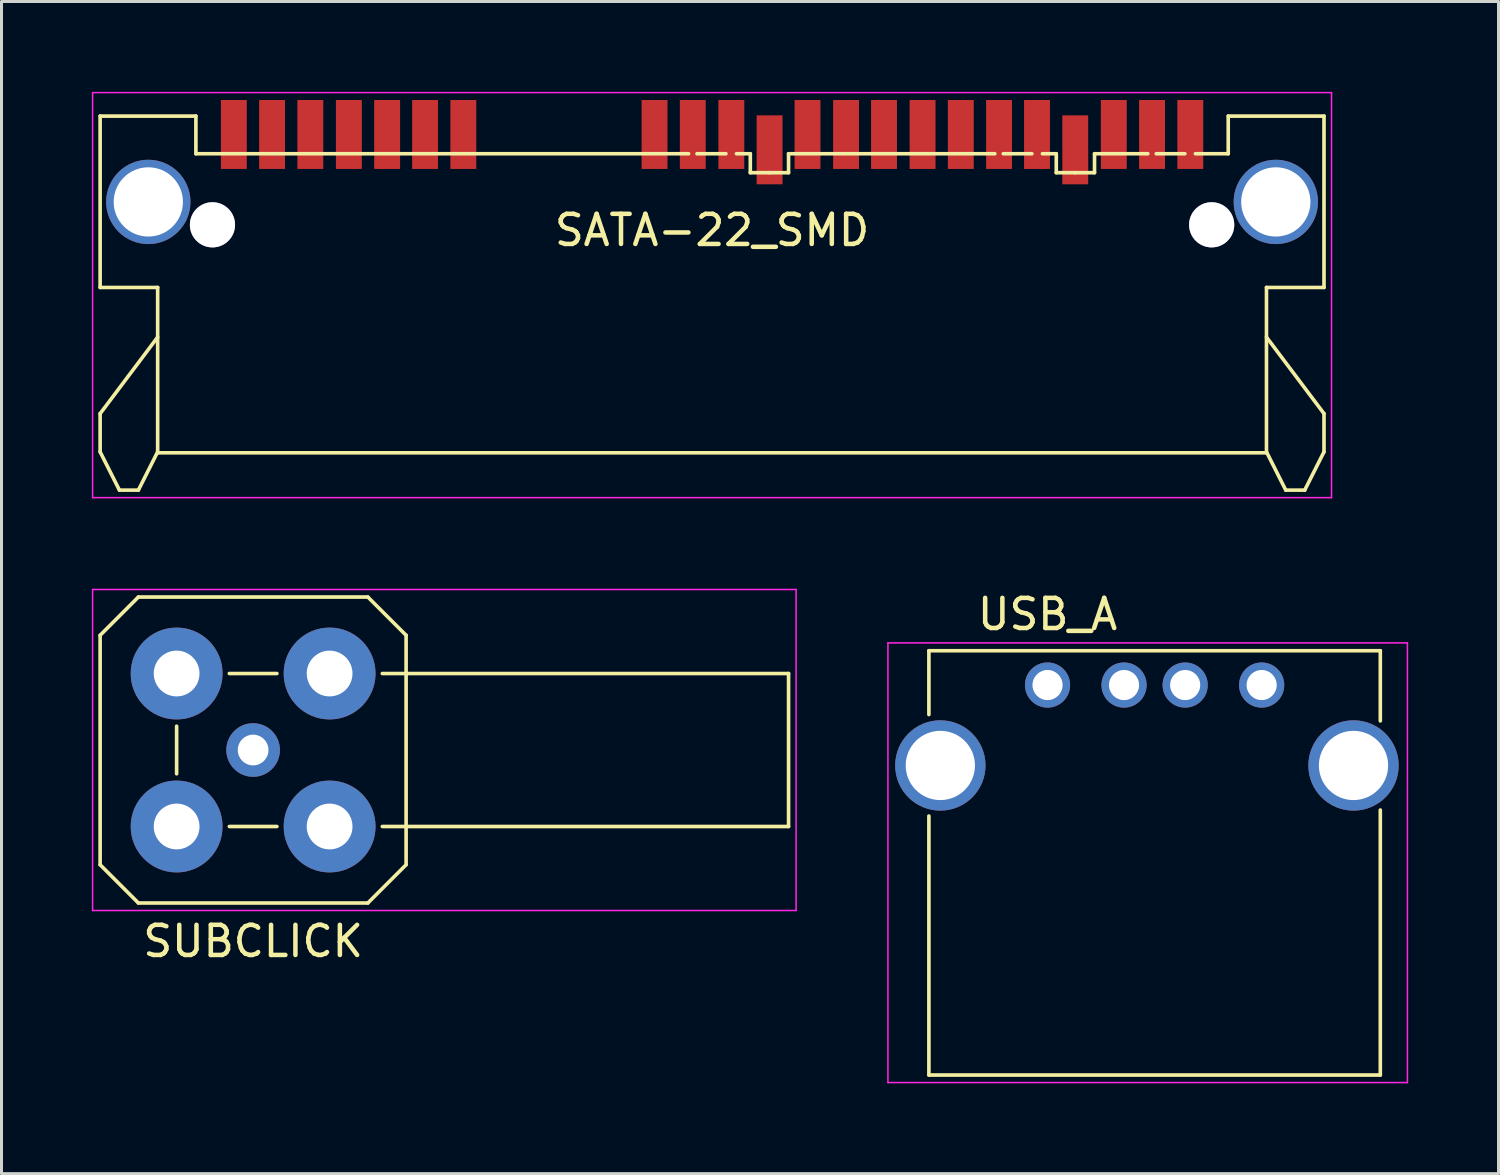
<source format=kicad_pcb>
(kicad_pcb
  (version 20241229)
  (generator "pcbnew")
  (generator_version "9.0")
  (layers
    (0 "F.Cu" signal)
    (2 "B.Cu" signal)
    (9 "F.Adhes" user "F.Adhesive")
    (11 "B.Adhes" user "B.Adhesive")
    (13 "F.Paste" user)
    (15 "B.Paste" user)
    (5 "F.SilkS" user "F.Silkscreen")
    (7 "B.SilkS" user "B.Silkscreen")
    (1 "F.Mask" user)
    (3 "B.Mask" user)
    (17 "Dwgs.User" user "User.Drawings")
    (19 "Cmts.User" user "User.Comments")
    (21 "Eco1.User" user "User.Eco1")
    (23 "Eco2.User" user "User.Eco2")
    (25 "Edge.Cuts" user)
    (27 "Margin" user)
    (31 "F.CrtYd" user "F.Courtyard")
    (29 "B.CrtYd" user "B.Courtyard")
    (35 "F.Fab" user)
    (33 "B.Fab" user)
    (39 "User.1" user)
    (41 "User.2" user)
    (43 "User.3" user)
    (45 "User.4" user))
  (footprint "USB_A"
    (layer "F.Cu")
    (at 31.735 19.698)
    (property "Reference" "USB_A" (at 0 -2.35 0) (layer "F.SilkS") (effects (font (size 1 1) (thickness 0.15))))
    (attr through_hole)
    (fp_line (start -3.94 -1.14) (end -3.94 0.98) (stroke (width 0.12) (type solid)) (layer "F.SilkS"))
    (fp_line (start -3.94 4.35) (end -3.94 12.95) (stroke (width 0.12) (type solid)) (layer "F.SilkS"))
    (fp_line (start 11.05 -1.14) (end -3.94 -1.14) (stroke (width 0.12) (type solid)) (layer "F.SilkS"))
    (fp_line (start 11.05 -1.14) (end 11.05 1.19) (stroke (width 0.12) (type solid)) (layer "F.SilkS"))
    (fp_line (start 11.05 4.15) (end 11.05 12.95) (stroke (width 0.12) (type solid)) (layer "F.SilkS"))
    (fp_line (start 11.05 12.95) (end -3.94 12.95) (stroke (width 0.12) (type solid)) (layer "F.SilkS"))
    (fp_line (start -5.3 -1.4) (end 11.95 -1.4) (stroke (width 0.05) (type solid)) (layer "F.CrtYd"))
    (fp_line (start -5.3 13.2) (end -5.3 -1.4) (stroke (width 0.05) (type solid)) (layer "F.CrtYd"))
    (fp_line (start -5.3 13.2) (end 11.95 13.2) (stroke (width 0.05) (type solid)) (layer "F.CrtYd"))
    (fp_line (start 11.95 -1.4) (end 11.95 13.2) (stroke (width 0.05) (type solid)) (layer "F.CrtYd"))
    (pad "1" thru_hole circle (at 0 0 270) (size 1.5 1.5) (drill 1) (layers "*.Cu" "*.Mask"))
    (pad "2" thru_hole circle (at 2.54 0 270) (size 1.5 1.5) (drill 1) (layers "*.Cu" "*.Mask"))
    (pad "3" thru_hole circle (at 4.57 0 270) (size 1.5 1.5) (drill 1) (layers "*.Cu" "*.Mask"))
    (pad "4" thru_hole circle (at 7.11 0 270) (size 1.5 1.5) (drill 1) (layers "*.Cu" "*.Mask"))
    (pad "5" thru_hole circle (at -3.56 2.67 270) (size 3 3) (drill 2.3) (layers "*.Cu" "*.Mask"))
    (pad "5" thru_hole circle (at 10.16 2.67 270) (size 3 3) (drill 2.3) (layers "*.Cu" "*.Mask")))
  (footprint "SUBCLICK"
    (layer "F.Cu")
    (at 5.355 21.855)
    (property "Reference" "SUBCLICK" (at 0 6.35 0) (layer "F.SilkS") (effects (font (size 1 1) (thickness 0.15))))
    (attr through_hole)
    (fp_line (start -5.08 -3.81) (end -3.81 -5.08) (stroke (width 0.12) (type solid)) (layer "F.SilkS"))
    (fp_line (start -5.08 3.81) (end -5.08 -3.81) (stroke (width 0.12) (type solid)) (layer "F.SilkS"))
    (fp_line (start -3.81 -5.08) (end 3.81 -5.08) (stroke (width 0.12) (type solid)) (layer "F.SilkS"))
    (fp_line (start -3.81 5.08) (end -5.08 3.81) (stroke (width 0.12) (type solid)) (layer "F.SilkS"))
    (fp_line (start -2.54 -0.79) (end -2.54 0.79) (stroke (width 0.12) (type solid)) (layer "F.SilkS"))
    (fp_line (start -0.79 -2.54) (end 0.79 -2.54) (stroke (width 0.12) (type solid)) (layer "F.SilkS"))
    (fp_line (start 0.79 2.54) (end -0.79 2.54) (stroke (width 0.12) (type solid)) (layer "F.SilkS"))
    (fp_line (start 3.81 -5.08) (end 5.08 -3.81) (stroke (width 0.12) (type solid)) (layer "F.SilkS"))
    (fp_line (start 3.81 5.08) (end -3.81 5.08) (stroke (width 0.12) (type solid)) (layer "F.SilkS"))
    (fp_line (start 4.29 -2.54) (end 17.78 -2.54) (stroke (width 0.12) (type solid)) (layer "F.SilkS"))
    (fp_line (start 5.08 -3.81) (end 5.08 3.81) (stroke (width 0.12) (type solid)) (layer "F.SilkS"))
    (fp_line (start 5.08 3.81) (end 3.81 5.08) (stroke (width 0.12) (type solid)) (layer "F.SilkS"))
    (fp_line (start 17.78 -2.54) (end 17.78 2.54) (stroke (width 0.12) (type solid)) (layer "F.SilkS"))
    (fp_line (start 17.78 2.54) (end 4.29 2.54) (stroke (width 0.12) (type solid)) (layer "F.SilkS"))
    (fp_line (start -5.33 -5.33) (end -5.33 5.33) (stroke (width 0.05) (type solid)) (layer "F.CrtYd"))
    (fp_line (start -5.33 -5.33) (end 18.03 -5.33) (stroke (width 0.05) (type solid)) (layer "F.CrtYd"))
    (fp_line (start 18.03 5.33) (end -5.33 5.33) (stroke (width 0.05) (type solid)) (layer "F.CrtYd"))
    (fp_line (start 18.03 5.33) (end 18.03 -5.33) (stroke (width 0.05) (type solid)) (layer "F.CrtYd"))
    (pad "1" thru_hole circle (at 0 0) (size 1.78 1.78) (drill 1.02) (layers "*.Cu" "*.Mask"))
    (pad "2" thru_hole circle (at -2.54 -2.54) (size 3.05 3.05) (drill 1.52) (layers "*.Cu" "*.Mask"))
    (pad "2" thru_hole circle (at -2.54 2.54) (size 3.05 3.05) (drill 1.52) (layers "*.Cu" "*.Mask"))
    (pad "2" thru_hole circle (at 2.54 -2.54) (size 3.05 3.05) (drill 1.52) (layers "*.Cu" "*.Mask"))
    (pad "2" thru_hole circle (at 2.54 2.54) (size 3.05 3.05) (drill 1.52) (layers "*.Cu" "*.Mask")))
  (footprint "SATA-22_SMD"
    (layer "F.Cu")
    (at 20.595 2.915)
    (property "Reference" "SATA-22_SMD" (at 0 1.68 0) (layer "F.SilkS") (effects (font (size 1 1) (thickness 0.15))))
    (attr smd)
    (fp_line (start -20.32 -2.11) (end -20.32 3.58) (stroke (width 0.12) (type solid)) (layer "F.SilkS"))
    (fp_line (start -20.32 3.58) (end -18.41 3.58) (stroke (width 0.12) (type solid)) (layer "F.SilkS"))
    (fp_line (start -20.32 7.77) (end -18.41 5.23) (stroke (width 0.12) (type solid)) (layer "F.SilkS"))
    (fp_line (start -20.32 9.04) (end -20.32 7.77) (stroke (width 0.12) (type solid)) (layer "F.SilkS"))
    (fp_line (start -19.68 10.31) (end -20.32 9.04) (stroke (width 0.12) (type solid)) (layer "F.SilkS"))
    (fp_line (start -19.05 10.31) (end -19.68 10.31) (stroke (width 0.12) (type solid)) (layer "F.SilkS"))
    (fp_line (start -18.41 3.58) (end -18.41 9.07) (stroke (width 0.12) (type solid)) (layer "F.SilkS"))
    (fp_line (start -18.41 9.04) (end -19.05 10.31) (stroke (width 0.12) (type solid)) (layer "F.SilkS"))
    (fp_line (start -18.41 9.07) (end 18.41 9.07) (stroke (width 0.12) (type solid)) (layer "F.SilkS"))
    (fp_line (start -17.14 -2.11) (end -20.32 -2.11) (stroke (width 0.12) (type solid)) (layer "F.SilkS"))
    (fp_line (start -17.14 -2.11) (end -17.14 -0.86) (stroke (width 0.12) (type solid)) (layer "F.SilkS"))
    (fp_line (start -17.14 -0.86) (end -0.78 -0.86) (stroke (width 0.12) (type solid)) (layer "F.SilkS"))
    (fp_line (start -0.5 -0.86) (end 0.46 -0.86) (stroke (width 0.12) (type solid)) (layer "F.SilkS"))
    (fp_line (start 0.81 -0.86) (end 1.27 -0.86) (stroke (width 0.12) (type solid)) (layer "F.SilkS"))
    (fp_line (start 1.27 -0.86) (end 1.27 -0.23) (stroke (width 0.12) (type solid)) (layer "F.SilkS"))
    (fp_line (start 1.27 -0.23) (end 1.91 -0.23) (stroke (width 0.12) (type solid)) (layer "F.SilkS"))
    (fp_line (start 1.91 -0.23) (end 2.54 -0.23) (stroke (width 0.12) (type solid)) (layer "F.SilkS"))
    (fp_line (start 2.54 -0.86) (end 9.39 -0.86) (stroke (width 0.12) (type solid)) (layer "F.SilkS"))
    (fp_line (start 2.54 -0.23) (end 2.54 -0.86) (stroke (width 0.12) (type solid)) (layer "F.SilkS"))
    (fp_line (start 9.67 -0.86) (end 10.62 -0.86) (stroke (width 0.12) (type solid)) (layer "F.SilkS"))
    (fp_line (start 10.97 -0.86) (end 11.43 -0.86) (stroke (width 0.12) (type solid)) (layer "F.SilkS"))
    (fp_line (start 11.43 -0.86) (end 11.43 -0.23) (stroke (width 0.12) (type solid)) (layer "F.SilkS"))
    (fp_line (start 11.43 -0.23) (end 12.06 -0.23) (stroke (width 0.12) (type solid)) (layer "F.SilkS"))
    (fp_line (start 12.06 -0.23) (end 12.7 -0.23) (stroke (width 0.12) (type solid)) (layer "F.SilkS"))
    (fp_line (start 12.7 -0.86) (end 14.47 -0.86) (stroke (width 0.12) (type solid)) (layer "F.SilkS"))
    (fp_line (start 12.7 -0.23) (end 12.7 -0.86) (stroke (width 0.12) (type solid)) (layer "F.SilkS"))
    (fp_line (start 14.75 -0.86) (end 15.7 -0.86) (stroke (width 0.12) (type solid)) (layer "F.SilkS"))
    (fp_line (start 16.05 -0.86) (end 17.14 -0.86) (stroke (width 0.12) (type solid)) (layer "F.SilkS"))
    (fp_line (start 17.14 -2.11) (end 17.14 -0.86) (stroke (width 0.12) (type solid)) (layer "F.SilkS"))
    (fp_line (start 18.41 3.58) (end 20.32 3.58) (stroke (width 0.12) (type solid)) (layer "F.SilkS"))
    (fp_line (start 18.41 9.04) (end 19.05 10.31) (stroke (width 0.12) (type solid)) (layer "F.SilkS"))
    (fp_line (start 18.41 9.07) (end 18.41 3.58) (stroke (width 0.12) (type solid)) (layer "F.SilkS"))
    (fp_line (start 19.05 10.31) (end 19.68 10.31) (stroke (width 0.12) (type solid)) (layer "F.SilkS"))
    (fp_line (start 19.68 10.31) (end 20.32 9.04) (stroke (width 0.12) (type solid)) (layer "F.SilkS"))
    (fp_line (start 20.32 -2.11) (end 17.14 -2.11) (stroke (width 0.12) (type solid)) (layer "F.SilkS"))
    (fp_line (start 20.32 3.58) (end 20.32 -2.11) (stroke (width 0.12) (type solid)) (layer "F.SilkS"))
    (fp_line (start 20.32 7.77) (end 18.41 5.23) (stroke (width 0.12) (type solid)) (layer "F.SilkS"))
    (fp_line (start 20.32 9.04) (end 20.32 7.77) (stroke (width 0.12) (type solid)) (layer "F.SilkS"))
    (fp_line (start -20.57 -2.89) (end -20.57 10.56) (stroke (width 0.05) (type solid)) (layer "F.CrtYd"))
    (fp_line (start -20.57 -2.89) (end 20.57 -2.89) (stroke (width 0.05) (type solid)) (layer "F.CrtYd"))
    (fp_line (start 20.57 10.56) (end -20.57 10.56) (stroke (width 0.05) (type solid)) (layer "F.CrtYd"))
    (fp_line (start 20.57 10.56) (end 20.57 -2.89) (stroke (width 0.05) (type solid)) (layer "F.CrtYd"))
    (pad "" thru_hole circle (at -18.72 0.74) (size 2.8 2.8) (drill 2.3) (layers "*.Cu" "*.Mask"))
    (pad "" thru_hole circle (at -16.59 1.5) (size 1.5 1.5) (drill 1.5) (layers "*.Cu" "*.Mask"))
    (pad "" thru_hole circle (at 16.59 1.5) (size 1.5 1.5) (drill 1.5) (layers "*.Cu" "*.Mask"))
    (pad "" thru_hole circle (at 18.72 0.74) (size 2.8 2.8) (drill 2.3) (layers "*.Cu" "*.Mask"))
    (pad "1" smd rect (at -15.88 -1.5) (size 0.86 2.29) (layers "F.Cu" "F.Mask" "F.Paste"))
    (pad "2" smd rect (at -14.61 -1.5) (size 0.86 2.29) (layers "F.Cu" "F.Mask" "F.Paste"))
    (pad "3" smd rect (at -13.34 -1.5) (size 0.86 2.29) (layers "F.Cu" "F.Mask" "F.Paste"))
    (pad "4" smd rect (at -12.06 -1.5) (size 0.86 2.29) (layers "F.Cu" "F.Mask" "F.Paste"))
    (pad "5" smd rect (at -10.79 -1.5) (size 0.86 2.29) (layers "F.Cu" "F.Mask" "F.Paste"))
    (pad "6" smd rect (at -9.53 -1.5) (size 0.86 2.29) (layers "F.Cu" "F.Mask" "F.Paste"))
    (pad "7" smd rect (at -8.26 -1.5) (size 0.86 2.29) (layers "F.Cu" "F.Mask" "F.Paste"))
    (pad "8" smd rect (at -1.91 -1.5) (size 0.86 2.29) (layers "F.Cu" "F.Mask" "F.Paste"))
    (pad "9" smd rect (at -0.64 -1.5) (size 0.86 2.29) (layers "F.Cu" "F.Mask" "F.Paste"))
    (pad "10" smd rect (at 0.64 -1.5) (size 0.86 2.29) (layers "F.Cu" "F.Mask" "F.Paste"))
    (pad "11" smd rect (at 1.91 -0.99) (size 0.86 2.29) (layers "F.Cu" "F.Mask" "F.Paste"))
    (pad "12" smd rect (at 3.17 -1.5) (size 0.86 2.29) (layers "F.Cu" "F.Mask" "F.Paste"))
    (pad "13" smd rect (at 4.45 -1.5) (size 0.86 2.29) (layers "F.Cu" "F.Mask" "F.Paste"))
    (pad "14" smd rect (at 5.71 -1.5) (size 0.86 2.29) (layers "F.Cu" "F.Mask" "F.Paste"))
    (pad "15" smd rect (at 6.99 -1.5) (size 0.86 2.29) (layers "F.Cu" "F.Mask" "F.Paste"))
    (pad "16" smd rect (at 8.26 -1.5) (size 0.86 2.29) (layers "F.Cu" "F.Mask" "F.Paste"))
    (pad "17" smd rect (at 9.53 -1.5) (size 0.86 2.29) (layers "F.Cu" "F.Mask" "F.Paste"))
    (pad "18" smd rect (at 10.79 -1.5) (size 0.86 2.29) (layers "F.Cu" "F.Mask" "F.Paste"))
    (pad "19" smd rect (at 12.06 -0.99) (size 0.86 2.29) (layers "F.Cu" "F.Mask" "F.Paste"))
    (pad "20" smd rect (at 13.34 -1.5) (size 0.86 2.29) (layers "F.Cu" "F.Mask" "F.Paste"))
    (pad "21" smd rect (at 14.61 -1.5) (size 0.86 2.29) (layers "F.Cu" "F.Mask" "F.Paste"))
    (pad "22" smd rect (at 15.88 -1.5) (size 0.86 2.29) (layers "F.Cu" "F.Mask" "F.Paste")))
  (gr_rect
    (start -3 -3)
    (end 46.71 35.923)
    (stroke (width 0.1) (type default))
    (fill no)
    (layer "Edge.Cuts")))
</source>
